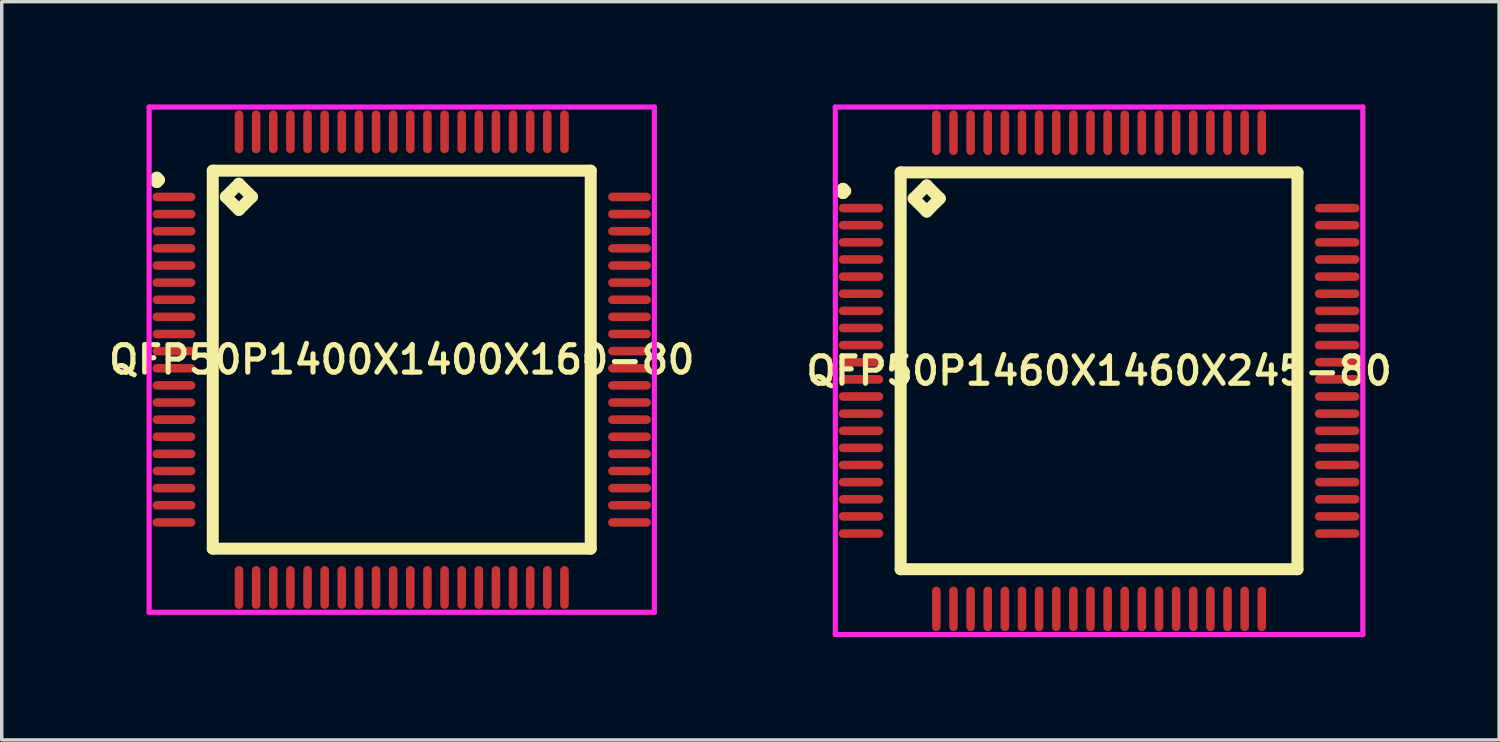
<source format=kicad_pcb>
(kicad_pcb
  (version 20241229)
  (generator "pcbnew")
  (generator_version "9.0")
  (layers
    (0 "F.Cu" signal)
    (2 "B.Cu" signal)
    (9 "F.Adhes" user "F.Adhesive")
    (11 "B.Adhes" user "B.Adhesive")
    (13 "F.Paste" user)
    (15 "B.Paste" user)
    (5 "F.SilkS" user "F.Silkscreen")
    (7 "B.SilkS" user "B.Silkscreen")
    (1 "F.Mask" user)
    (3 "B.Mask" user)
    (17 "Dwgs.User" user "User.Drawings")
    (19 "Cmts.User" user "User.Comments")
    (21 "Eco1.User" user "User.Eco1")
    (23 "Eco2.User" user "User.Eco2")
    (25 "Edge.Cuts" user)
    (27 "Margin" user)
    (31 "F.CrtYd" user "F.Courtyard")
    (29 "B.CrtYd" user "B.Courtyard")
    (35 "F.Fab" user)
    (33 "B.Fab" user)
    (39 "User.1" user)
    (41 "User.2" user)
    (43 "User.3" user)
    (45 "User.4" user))
  (footprint "QFP50P1400X1400X160-80"
    (layer "F.Cu")
    (at 8.678 7.45)
    (property "Reference" "QFP50P1400X1400X160-80" (at 0 0 0) (layer "F.SilkS") (effects (font (size 0.8 0.8) (thickness 0.15))))
    (attr smd)
    (fp_line (start -7.213 -5.25) (end -7.15 -5.312) (stroke (width 0.35) (type solid)) (layer "F.SilkS"))
    (fp_line (start -7.15 -5.312) (end -7.088 -5.25) (stroke (width 0.35) (type solid)) (layer "F.SilkS"))
    (fp_line (start -7.15 -5.188) (end -7.213 -5.25) (stroke (width 0.35) (type solid)) (layer "F.SilkS"))
    (fp_line (start -7.088 -5.25) (end -7.15 -5.188) (stroke (width 0.35) (type solid)) (layer "F.SilkS"))
    (fp_line (start -5.517 -5.517) (end -5.517 5.517) (stroke (width 0.35) (type solid)) (layer "F.SilkS"))
    (fp_line (start -5.517 5.517) (end 5.517 5.517) (stroke (width 0.35) (type solid)) (layer "F.SilkS"))
    (fp_line (start -5.136 -4.755) (end -4.755 -5.136) (stroke (width 0.35) (type solid)) (layer "F.SilkS"))
    (fp_line (start -4.755 -5.136) (end -4.374 -4.755) (stroke (width 0.35) (type solid)) (layer "F.SilkS"))
    (fp_line (start -4.755 -4.374) (end -5.136 -4.755) (stroke (width 0.35) (type solid)) (layer "F.SilkS"))
    (fp_line (start -4.374 -4.755) (end -4.755 -4.374) (stroke (width 0.35) (type solid)) (layer "F.SilkS"))
    (fp_line (start 5.517 -5.517) (end -5.517 -5.517) (stroke (width 0.35) (type solid)) (layer "F.SilkS"))
    (fp_line (start 5.517 5.517) (end 5.517 -5.517) (stroke (width 0.35) (type solid)) (layer "F.SilkS"))
    (fp_line (start -7.375 -7.375) (end 7.375 -7.375) (stroke (width 0.15) (type solid)) (layer "F.CrtYd"))
    (fp_line (start -7.375 7.375) (end -7.375 -7.375) (stroke (width 0.15) (type solid)) (layer "F.CrtYd"))
    (fp_line (start 7.375 -7.375) (end 7.375 7.375) (stroke (width 0.15) (type solid)) (layer "F.CrtYd"))
    (fp_line (start 7.375 7.375) (end -7.375 7.375) (stroke (width 0.15) (type solid)) (layer "F.CrtYd"))
    (pad "1" smd oval (at -6.65 -4.75) (size 1.25 0.25) (layers "F.Cu" "F.Mask" "F.Paste"))
    (pad "2" smd oval (at -6.65 -4.25) (size 1.25 0.25) (layers "F.Cu" "F.Mask" "F.Paste"))
    (pad "3" smd oval (at -6.65 -3.75) (size 1.25 0.25) (layers "F.Cu" "F.Mask" "F.Paste"))
    (pad "4" smd oval (at -6.65 -3.25) (size 1.25 0.25) (layers "F.Cu" "F.Mask" "F.Paste"))
    (pad "5" smd oval (at -6.65 -2.75) (size 1.25 0.25) (layers "F.Cu" "F.Mask" "F.Paste"))
    (pad "6" smd oval (at -6.65 -2.25) (size 1.25 0.25) (layers "F.Cu" "F.Mask" "F.Paste"))
    (pad "7" smd oval (at -6.65 -1.75) (size 1.25 0.25) (layers "F.Cu" "F.Mask" "F.Paste"))
    (pad "8" smd oval (at -6.65 -1.25) (size 1.25 0.25) (layers "F.Cu" "F.Mask" "F.Paste"))
    (pad "9" smd oval (at -6.65 -0.75) (size 1.25 0.25) (layers "F.Cu" "F.Mask" "F.Paste"))
    (pad "10" smd oval (at -6.65 -0.25) (size 1.25 0.25) (layers "F.Cu" "F.Mask" "F.Paste"))
    (pad "11" smd oval (at -6.65 0.25) (size 1.25 0.25) (layers "F.Cu" "F.Mask" "F.Paste"))
    (pad "12" smd oval (at -6.65 0.75) (size 1.25 0.25) (layers "F.Cu" "F.Mask" "F.Paste"))
    (pad "13" smd oval (at -6.65 1.25) (size 1.25 0.25) (layers "F.Cu" "F.Mask" "F.Paste"))
    (pad "14" smd oval (at -6.65 1.75) (size 1.25 0.25) (layers "F.Cu" "F.Mask" "F.Paste"))
    (pad "15" smd oval (at -6.65 2.25) (size 1.25 0.25) (layers "F.Cu" "F.Mask" "F.Paste"))
    (pad "16" smd oval (at -6.65 2.75) (size 1.25 0.25) (layers "F.Cu" "F.Mask" "F.Paste"))
    (pad "17" smd oval (at -6.65 3.25) (size 1.25 0.25) (layers "F.Cu" "F.Mask" "F.Paste"))
    (pad "18" smd oval (at -6.65 3.75) (size 1.25 0.25) (layers "F.Cu" "F.Mask" "F.Paste"))
    (pad "19" smd oval (at -6.65 4.25) (size 1.25 0.25) (layers "F.Cu" "F.Mask" "F.Paste"))
    (pad "20" smd oval (at -6.65 4.75) (size 1.25 0.25) (layers "F.Cu" "F.Mask" "F.Paste"))
    (pad "21" smd oval (at -4.75 6.65) (size 0.25 1.25) (layers "F.Cu" "F.Mask" "F.Paste"))
    (pad "22" smd oval (at -4.25 6.65) (size 0.25 1.25) (layers "F.Cu" "F.Mask" "F.Paste"))
    (pad "23" smd oval (at -3.75 6.65) (size 0.25 1.25) (layers "F.Cu" "F.Mask" "F.Paste"))
    (pad "24" smd oval (at -3.25 6.65) (size 0.25 1.25) (layers "F.Cu" "F.Mask" "F.Paste"))
    (pad "25" smd oval (at -2.75 6.65) (size 0.25 1.25) (layers "F.Cu" "F.Mask" "F.Paste"))
    (pad "26" smd oval (at -2.25 6.65) (size 0.25 1.25) (layers "F.Cu" "F.Mask" "F.Paste"))
    (pad "27" smd oval (at -1.75 6.65) (size 0.25 1.25) (layers "F.Cu" "F.Mask" "F.Paste"))
    (pad "28" smd oval (at -1.25 6.65) (size 0.25 1.25) (layers "F.Cu" "F.Mask" "F.Paste"))
    (pad "29" smd oval (at -0.75 6.65) (size 0.25 1.25) (layers "F.Cu" "F.Mask" "F.Paste"))
    (pad "30" smd oval (at -0.25 6.65) (size 0.25 1.25) (layers "F.Cu" "F.Mask" "F.Paste"))
    (pad "31" smd oval (at 0.25 6.65) (size 0.25 1.25) (layers "F.Cu" "F.Mask" "F.Paste"))
    (pad "32" smd oval (at 0.75 6.65) (size 0.25 1.25) (layers "F.Cu" "F.Mask" "F.Paste"))
    (pad "33" smd oval (at 1.25 6.65) (size 0.25 1.25) (layers "F.Cu" "F.Mask" "F.Paste"))
    (pad "34" smd oval (at 1.75 6.65) (size 0.25 1.25) (layers "F.Cu" "F.Mask" "F.Paste"))
    (pad "35" smd oval (at 2.25 6.65) (size 0.25 1.25) (layers "F.Cu" "F.Mask" "F.Paste"))
    (pad "36" smd oval (at 2.75 6.65) (size 0.25 1.25) (layers "F.Cu" "F.Mask" "F.Paste"))
    (pad "37" smd oval (at 3.25 6.65) (size 0.25 1.25) (layers "F.Cu" "F.Mask" "F.Paste"))
    (pad "38" smd oval (at 3.75 6.65) (size 0.25 1.25) (layers "F.Cu" "F.Mask" "F.Paste"))
    (pad "39" smd oval (at 4.25 6.65) (size 0.25 1.25) (layers "F.Cu" "F.Mask" "F.Paste"))
    (pad "40" smd oval (at 4.75 6.65) (size 0.25 1.25) (layers "F.Cu" "F.Mask" "F.Paste"))
    (pad "41" smd oval (at 6.65 4.75) (size 1.25 0.25) (layers "F.Cu" "F.Mask" "F.Paste"))
    (pad "42" smd oval (at 6.65 4.25) (size 1.25 0.25) (layers "F.Cu" "F.Mask" "F.Paste"))
    (pad "43" smd oval (at 6.65 3.75) (size 1.25 0.25) (layers "F.Cu" "F.Mask" "F.Paste"))
    (pad "44" smd oval (at 6.65 3.25) (size 1.25 0.25) (layers "F.Cu" "F.Mask" "F.Paste"))
    (pad "45" smd oval (at 6.65 2.75) (size 1.25 0.25) (layers "F.Cu" "F.Mask" "F.Paste"))
    (pad "46" smd oval (at 6.65 2.25) (size 1.25 0.25) (layers "F.Cu" "F.Mask" "F.Paste"))
    (pad "47" smd oval (at 6.65 1.75) (size 1.25 0.25) (layers "F.Cu" "F.Mask" "F.Paste"))
    (pad "48" smd oval (at 6.65 1.25) (size 1.25 0.25) (layers "F.Cu" "F.Mask" "F.Paste"))
    (pad "49" smd oval (at 6.65 0.75) (size 1.25 0.25) (layers "F.Cu" "F.Mask" "F.Paste"))
    (pad "50" smd oval (at 6.65 0.25) (size 1.25 0.25) (layers "F.Cu" "F.Mask" "F.Paste"))
    (pad "51" smd oval (at 6.65 -0.25) (size 1.25 0.25) (layers "F.Cu" "F.Mask" "F.Paste"))
    (pad "52" smd oval (at 6.65 -0.75) (size 1.25 0.25) (layers "F.Cu" "F.Mask" "F.Paste"))
    (pad "53" smd oval (at 6.65 -1.25) (size 1.25 0.25) (layers "F.Cu" "F.Mask" "F.Paste"))
    (pad "54" smd oval (at 6.65 -1.75) (size 1.25 0.25) (layers "F.Cu" "F.Mask" "F.Paste"))
    (pad "55" smd oval (at 6.65 -2.25) (size 1.25 0.25) (layers "F.Cu" "F.Mask" "F.Paste"))
    (pad "56" smd oval (at 6.65 -2.75) (size 1.25 0.25) (layers "F.Cu" "F.Mask" "F.Paste"))
    (pad "57" smd oval (at 6.65 -3.25) (size 1.25 0.25) (layers "F.Cu" "F.Mask" "F.Paste"))
    (pad "58" smd oval (at 6.65 -3.75) (size 1.25 0.25) (layers "F.Cu" "F.Mask" "F.Paste"))
    (pad "59" smd oval (at 6.65 -4.25) (size 1.25 0.25) (layers "F.Cu" "F.Mask" "F.Paste"))
    (pad "60" smd oval (at 6.65 -4.75) (size 1.25 0.25) (layers "F.Cu" "F.Mask" "F.Paste"))
    (pad "61" smd oval (at 4.75 -6.65) (size 0.25 1.25) (layers "F.Cu" "F.Mask" "F.Paste"))
    (pad "62" smd oval (at 4.25 -6.65) (size 0.25 1.25) (layers "F.Cu" "F.Mask" "F.Paste"))
    (pad "63" smd oval (at 3.75 -6.65) (size 0.25 1.25) (layers "F.Cu" "F.Mask" "F.Paste"))
    (pad "64" smd oval (at 3.25 -6.65) (size 0.25 1.25) (layers "F.Cu" "F.Mask" "F.Paste"))
    (pad "65" smd oval (at 2.75 -6.65) (size 0.25 1.25) (layers "F.Cu" "F.Mask" "F.Paste"))
    (pad "66" smd oval (at 2.25 -6.65) (size 0.25 1.25) (layers "F.Cu" "F.Mask" "F.Paste"))
    (pad "67" smd oval (at 1.75 -6.65) (size 0.25 1.25) (layers "F.Cu" "F.Mask" "F.Paste"))
    (pad "68" smd oval (at 1.25 -6.65) (size 0.25 1.25) (layers "F.Cu" "F.Mask" "F.Paste"))
    (pad "69" smd oval (at 0.75 -6.65) (size 0.25 1.25) (layers "F.Cu" "F.Mask" "F.Paste"))
    (pad "70" smd oval (at 0.25 -6.65) (size 0.25 1.25) (layers "F.Cu" "F.Mask" "F.Paste"))
    (pad "71" smd oval (at -0.25 -6.65) (size 0.25 1.25) (layers "F.Cu" "F.Mask" "F.Paste"))
    (pad "72" smd oval (at -0.75 -6.65) (size 0.25 1.25) (layers "F.Cu" "F.Mask" "F.Paste"))
    (pad "73" smd oval (at -1.25 -6.65) (size 0.25 1.25) (layers "F.Cu" "F.Mask" "F.Paste"))
    (pad "74" smd oval (at -1.75 -6.65) (size 0.25 1.25) (layers "F.Cu" "F.Mask" "F.Paste"))
    (pad "75" smd oval (at -2.25 -6.65) (size 0.25 1.25) (layers "F.Cu" "F.Mask" "F.Paste"))
    (pad "76" smd oval (at -2.75 -6.65) (size 0.25 1.25) (layers "F.Cu" "F.Mask" "F.Paste"))
    (pad "77" smd oval (at -3.25 -6.65) (size 0.25 1.25) (layers "F.Cu" "F.Mask" "F.Paste"))
    (pad "78" smd oval (at -3.75 -6.65) (size 0.25 1.25) (layers "F.Cu" "F.Mask" "F.Paste"))
    (pad "79" smd oval (at -4.25 -6.65) (size 0.25 1.25) (layers "F.Cu" "F.Mask" "F.Paste"))
    (pad "80" smd oval (at -4.75 -6.65) (size 0.25 1.25) (layers "F.Cu" "F.Mask" "F.Paste")))
  (footprint "QFP50P1460X1460X245-80"
    (layer "F.Cu")
    (at 29.035 7.775)
    (property "Reference" "QFP50P1460X1460X245-80" (at 0 0 0) (layer "F.SilkS") (effects (font (size 0.8 0.8) (thickness 0.15))))
    (attr smd)
    (fp_line (start -7.537 -5.25) (end -7.475 -5.312) (stroke (width 0.35) (type solid)) (layer "F.SilkS"))
    (fp_line (start -7.475 -5.312) (end -7.412 -5.25) (stroke (width 0.35) (type solid)) (layer "F.SilkS"))
    (fp_line (start -7.475 -5.188) (end -7.537 -5.25) (stroke (width 0.35) (type solid)) (layer "F.SilkS"))
    (fp_line (start -7.412 -5.25) (end -7.475 -5.188) (stroke (width 0.35) (type solid)) (layer "F.SilkS"))
    (fp_line (start -5.792 -5.792) (end -5.792 5.792) (stroke (width 0.35) (type solid)) (layer "F.SilkS"))
    (fp_line (start -5.792 5.792) (end 5.792 5.792) (stroke (width 0.35) (type solid)) (layer "F.SilkS"))
    (fp_line (start -5.411 -5.03) (end -5.03 -5.411) (stroke (width 0.35) (type solid)) (layer "F.SilkS"))
    (fp_line (start -5.03 -5.411) (end -4.649 -5.03) (stroke (width 0.35) (type solid)) (layer "F.SilkS"))
    (fp_line (start -5.03 -4.649) (end -5.411 -5.03) (stroke (width 0.35) (type solid)) (layer "F.SilkS"))
    (fp_line (start -4.649 -5.03) (end -5.03 -4.649) (stroke (width 0.35) (type solid)) (layer "F.SilkS"))
    (fp_line (start 5.792 -5.792) (end -5.792 -5.792) (stroke (width 0.35) (type solid)) (layer "F.SilkS"))
    (fp_line (start 5.792 5.792) (end 5.792 -5.792) (stroke (width 0.35) (type solid)) (layer "F.SilkS"))
    (fp_line (start -7.7 -7.7) (end 7.7 -7.7) (stroke (width 0.15) (type solid)) (layer "F.CrtYd"))
    (fp_line (start -7.7 7.7) (end -7.7 -7.7) (stroke (width 0.15) (type solid)) (layer "F.CrtYd"))
    (fp_line (start 7.7 -7.7) (end 7.7 7.7) (stroke (width 0.15) (type solid)) (layer "F.CrtYd"))
    (fp_line (start 7.7 7.7) (end -7.7 7.7) (stroke (width 0.15) (type solid)) (layer "F.CrtYd"))
    (pad "1" smd oval (at -6.95 -4.75) (size 1.3 0.25) (layers "F.Cu" "F.Mask" "F.Paste"))
    (pad "2" smd oval (at -6.95 -4.25) (size 1.3 0.25) (layers "F.Cu" "F.Mask" "F.Paste"))
    (pad "3" smd oval (at -6.95 -3.75) (size 1.3 0.25) (layers "F.Cu" "F.Mask" "F.Paste"))
    (pad "4" smd oval (at -6.95 -3.25) (size 1.3 0.25) (layers "F.Cu" "F.Mask" "F.Paste"))
    (pad "5" smd oval (at -6.95 -2.75) (size 1.3 0.25) (layers "F.Cu" "F.Mask" "F.Paste"))
    (pad "6" smd oval (at -6.95 -2.25) (size 1.3 0.25) (layers "F.Cu" "F.Mask" "F.Paste"))
    (pad "7" smd oval (at -6.95 -1.75) (size 1.3 0.25) (layers "F.Cu" "F.Mask" "F.Paste"))
    (pad "8" smd oval (at -6.95 -1.25) (size 1.3 0.25) (layers "F.Cu" "F.Mask" "F.Paste"))
    (pad "9" smd oval (at -6.95 -0.75) (size 1.3 0.25) (layers "F.Cu" "F.Mask" "F.Paste"))
    (pad "10" smd oval (at -6.95 -0.25) (size 1.3 0.25) (layers "F.Cu" "F.Mask" "F.Paste"))
    (pad "11" smd oval (at -6.95 0.25) (size 1.3 0.25) (layers "F.Cu" "F.Mask" "F.Paste"))
    (pad "12" smd oval (at -6.95 0.75) (size 1.3 0.25) (layers "F.Cu" "F.Mask" "F.Paste"))
    (pad "13" smd oval (at -6.95 1.25) (size 1.3 0.25) (layers "F.Cu" "F.Mask" "F.Paste"))
    (pad "14" smd oval (at -6.95 1.75) (size 1.3 0.25) (layers "F.Cu" "F.Mask" "F.Paste"))
    (pad "15" smd oval (at -6.95 2.25) (size 1.3 0.25) (layers "F.Cu" "F.Mask" "F.Paste"))
    (pad "16" smd oval (at -6.95 2.75) (size 1.3 0.25) (layers "F.Cu" "F.Mask" "F.Paste"))
    (pad "17" smd oval (at -6.95 3.25) (size 1.3 0.25) (layers "F.Cu" "F.Mask" "F.Paste"))
    (pad "18" smd oval (at -6.95 3.75) (size 1.3 0.25) (layers "F.Cu" "F.Mask" "F.Paste"))
    (pad "19" smd oval (at -6.95 4.25) (size 1.3 0.25) (layers "F.Cu" "F.Mask" "F.Paste"))
    (pad "20" smd oval (at -6.95 4.75) (size 1.3 0.25) (layers "F.Cu" "F.Mask" "F.Paste"))
    (pad "21" smd oval (at -4.75 6.95) (size 0.25 1.3) (layers "F.Cu" "F.Mask" "F.Paste"))
    (pad "22" smd oval (at -4.25 6.95) (size 0.25 1.3) (layers "F.Cu" "F.Mask" "F.Paste"))
    (pad "23" smd oval (at -3.75 6.95) (size 0.25 1.3) (layers "F.Cu" "F.Mask" "F.Paste"))
    (pad "24" smd oval (at -3.25 6.95) (size 0.25 1.3) (layers "F.Cu" "F.Mask" "F.Paste"))
    (pad "25" smd oval (at -2.75 6.95) (size 0.25 1.3) (layers "F.Cu" "F.Mask" "F.Paste"))
    (pad "26" smd oval (at -2.25 6.95) (size 0.25 1.3) (layers "F.Cu" "F.Mask" "F.Paste"))
    (pad "27" smd oval (at -1.75 6.95) (size 0.25 1.3) (layers "F.Cu" "F.Mask" "F.Paste"))
    (pad "28" smd oval (at -1.25 6.95) (size 0.25 1.3) (layers "F.Cu" "F.Mask" "F.Paste"))
    (pad "29" smd oval (at -0.75 6.95) (size 0.25 1.3) (layers "F.Cu" "F.Mask" "F.Paste"))
    (pad "30" smd oval (at -0.25 6.95) (size 0.25 1.3) (layers "F.Cu" "F.Mask" "F.Paste"))
    (pad "31" smd oval (at 0.25 6.95) (size 0.25 1.3) (layers "F.Cu" "F.Mask" "F.Paste"))
    (pad "32" smd oval (at 0.75 6.95) (size 0.25 1.3) (layers "F.Cu" "F.Mask" "F.Paste"))
    (pad "33" smd oval (at 1.25 6.95) (size 0.25 1.3) (layers "F.Cu" "F.Mask" "F.Paste"))
    (pad "34" smd oval (at 1.75 6.95) (size 0.25 1.3) (layers "F.Cu" "F.Mask" "F.Paste"))
    (pad "35" smd oval (at 2.25 6.95) (size 0.25 1.3) (layers "F.Cu" "F.Mask" "F.Paste"))
    (pad "36" smd oval (at 2.75 6.95) (size 0.25 1.3) (layers "F.Cu" "F.Mask" "F.Paste"))
    (pad "37" smd oval (at 3.25 6.95) (size 0.25 1.3) (layers "F.Cu" "F.Mask" "F.Paste"))
    (pad "38" smd oval (at 3.75 6.95) (size 0.25 1.3) (layers "F.Cu" "F.Mask" "F.Paste"))
    (pad "39" smd oval (at 4.25 6.95) (size 0.25 1.3) (layers "F.Cu" "F.Mask" "F.Paste"))
    (pad "40" smd oval (at 4.75 6.95) (size 0.25 1.3) (layers "F.Cu" "F.Mask" "F.Paste"))
    (pad "41" smd oval (at 6.95 4.75) (size 1.3 0.25) (layers "F.Cu" "F.Mask" "F.Paste"))
    (pad "42" smd oval (at 6.95 4.25) (size 1.3 0.25) (layers "F.Cu" "F.Mask" "F.Paste"))
    (pad "43" smd oval (at 6.95 3.75) (size 1.3 0.25) (layers "F.Cu" "F.Mask" "F.Paste"))
    (pad "44" smd oval (at 6.95 3.25) (size 1.3 0.25) (layers "F.Cu" "F.Mask" "F.Paste"))
    (pad "45" smd oval (at 6.95 2.75) (size 1.3 0.25) (layers "F.Cu" "F.Mask" "F.Paste"))
    (pad "46" smd oval (at 6.95 2.25) (size 1.3 0.25) (layers "F.Cu" "F.Mask" "F.Paste"))
    (pad "47" smd oval (at 6.95 1.75) (size 1.3 0.25) (layers "F.Cu" "F.Mask" "F.Paste"))
    (pad "48" smd oval (at 6.95 1.25) (size 1.3 0.25) (layers "F.Cu" "F.Mask" "F.Paste"))
    (pad "49" smd oval (at 6.95 0.75) (size 1.3 0.25) (layers "F.Cu" "F.Mask" "F.Paste"))
    (pad "50" smd oval (at 6.95 0.25) (size 1.3 0.25) (layers "F.Cu" "F.Mask" "F.Paste"))
    (pad "51" smd oval (at 6.95 -0.25) (size 1.3 0.25) (layers "F.Cu" "F.Mask" "F.Paste"))
    (pad "52" smd oval (at 6.95 -0.75) (size 1.3 0.25) (layers "F.Cu" "F.Mask" "F.Paste"))
    (pad "53" smd oval (at 6.95 -1.25) (size 1.3 0.25) (layers "F.Cu" "F.Mask" "F.Paste"))
    (pad "54" smd oval (at 6.95 -1.75) (size 1.3 0.25) (layers "F.Cu" "F.Mask" "F.Paste"))
    (pad "55" smd oval (at 6.95 -2.25) (size 1.3 0.25) (layers "F.Cu" "F.Mask" "F.Paste"))
    (pad "56" smd oval (at 6.95 -2.75) (size 1.3 0.25) (layers "F.Cu" "F.Mask" "F.Paste"))
    (pad "57" smd oval (at 6.95 -3.25) (size 1.3 0.25) (layers "F.Cu" "F.Mask" "F.Paste"))
    (pad "58" smd oval (at 6.95 -3.75) (size 1.3 0.25) (layers "F.Cu" "F.Mask" "F.Paste"))
    (pad "59" smd oval (at 6.95 -4.25) (size 1.3 0.25) (layers "F.Cu" "F.Mask" "F.Paste"))
    (pad "60" smd oval (at 6.95 -4.75) (size 1.3 0.25) (layers "F.Cu" "F.Mask" "F.Paste"))
    (pad "61" smd oval (at 4.75 -6.95) (size 0.25 1.3) (layers "F.Cu" "F.Mask" "F.Paste"))
    (pad "62" smd oval (at 4.25 -6.95) (size 0.25 1.3) (layers "F.Cu" "F.Mask" "F.Paste"))
    (pad "63" smd oval (at 3.75 -6.95) (size 0.25 1.3) (layers "F.Cu" "F.Mask" "F.Paste"))
    (pad "64" smd oval (at 3.25 -6.95) (size 0.25 1.3) (layers "F.Cu" "F.Mask" "F.Paste"))
    (pad "65" smd oval (at 2.75 -6.95) (size 0.25 1.3) (layers "F.Cu" "F.Mask" "F.Paste"))
    (pad "66" smd oval (at 2.25 -6.95) (size 0.25 1.3) (layers "F.Cu" "F.Mask" "F.Paste"))
    (pad "67" smd oval (at 1.75 -6.95) (size 0.25 1.3) (layers "F.Cu" "F.Mask" "F.Paste"))
    (pad "68" smd oval (at 1.25 -6.95) (size 0.25 1.3) (layers "F.Cu" "F.Mask" "F.Paste"))
    (pad "69" smd oval (at 0.75 -6.95) (size 0.25 1.3) (layers "F.Cu" "F.Mask" "F.Paste"))
    (pad "70" smd oval (at 0.25 -6.95) (size 0.25 1.3) (layers "F.Cu" "F.Mask" "F.Paste"))
    (pad "71" smd oval (at -0.25 -6.95) (size 0.25 1.3) (layers "F.Cu" "F.Mask" "F.Paste"))
    (pad "72" smd oval (at -0.75 -6.95) (size 0.25 1.3) (layers "F.Cu" "F.Mask" "F.Paste"))
    (pad "73" smd oval (at -1.25 -6.95) (size 0.25 1.3) (layers "F.Cu" "F.Mask" "F.Paste"))
    (pad "74" smd oval (at -1.75 -6.95) (size 0.25 1.3) (layers "F.Cu" "F.Mask" "F.Paste"))
    (pad "75" smd oval (at -2.25 -6.95) (size 0.25 1.3) (layers "F.Cu" "F.Mask" "F.Paste"))
    (pad "76" smd oval (at -2.75 -6.95) (size 0.25 1.3) (layers "F.Cu" "F.Mask" "F.Paste"))
    (pad "77" smd oval (at -3.25 -6.95) (size 0.25 1.3) (layers "F.Cu" "F.Mask" "F.Paste"))
    (pad "78" smd oval (at -3.75 -6.95) (size 0.25 1.3) (layers "F.Cu" "F.Mask" "F.Paste"))
    (pad "79" smd oval (at -4.25 -6.95) (size 0.25 1.3) (layers "F.Cu" "F.Mask" "F.Paste"))
    (pad "80" smd oval (at -4.75 -6.95) (size 0.25 1.3) (layers "F.Cu" "F.Mask" "F.Paste")))
  (gr_rect
    (start -3 -3)
    (end 40.713 18.55)
    (stroke (width 0.1) (type default))
    (fill no)
    (layer "Edge.Cuts")))
</source>
